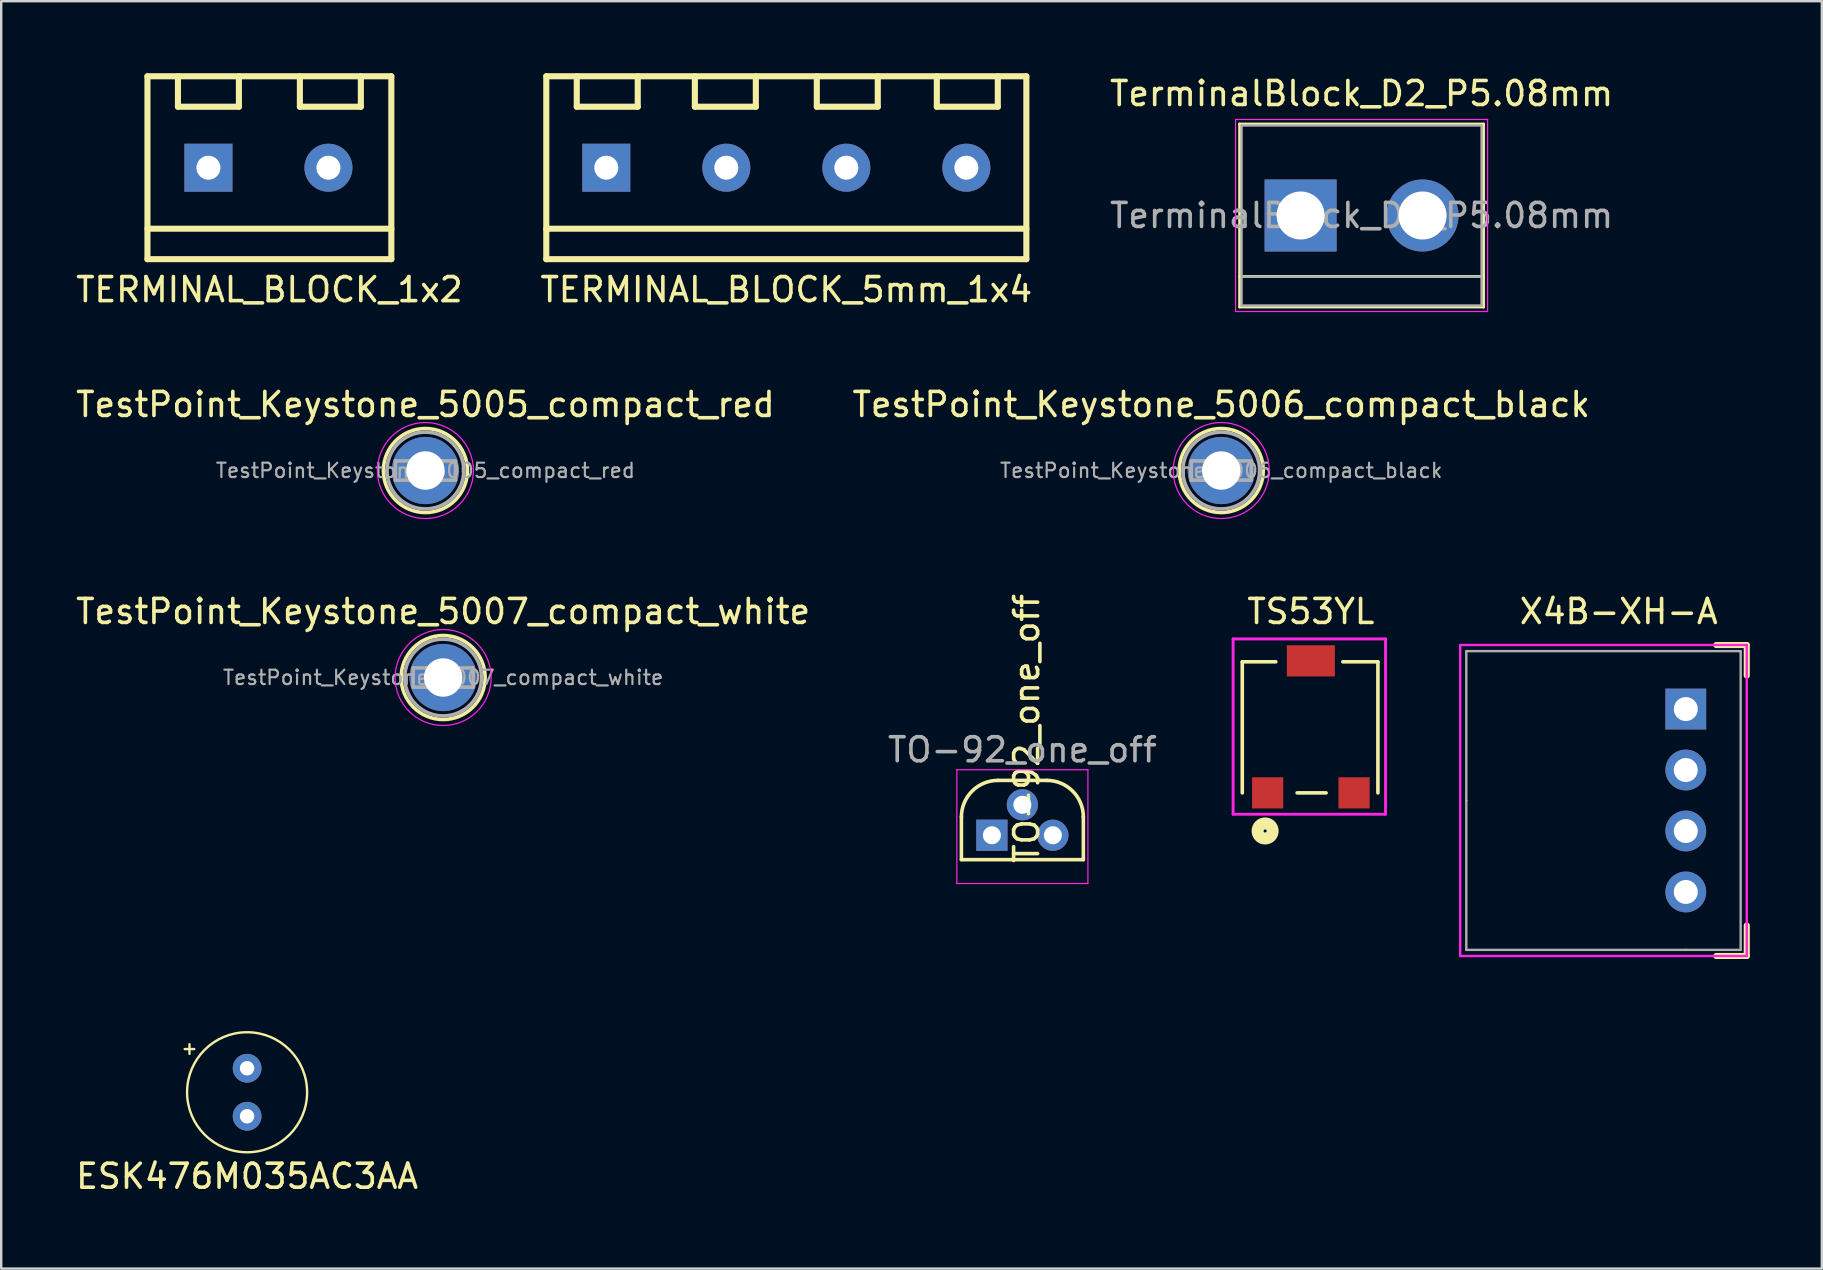
<source format=kicad_pcb>
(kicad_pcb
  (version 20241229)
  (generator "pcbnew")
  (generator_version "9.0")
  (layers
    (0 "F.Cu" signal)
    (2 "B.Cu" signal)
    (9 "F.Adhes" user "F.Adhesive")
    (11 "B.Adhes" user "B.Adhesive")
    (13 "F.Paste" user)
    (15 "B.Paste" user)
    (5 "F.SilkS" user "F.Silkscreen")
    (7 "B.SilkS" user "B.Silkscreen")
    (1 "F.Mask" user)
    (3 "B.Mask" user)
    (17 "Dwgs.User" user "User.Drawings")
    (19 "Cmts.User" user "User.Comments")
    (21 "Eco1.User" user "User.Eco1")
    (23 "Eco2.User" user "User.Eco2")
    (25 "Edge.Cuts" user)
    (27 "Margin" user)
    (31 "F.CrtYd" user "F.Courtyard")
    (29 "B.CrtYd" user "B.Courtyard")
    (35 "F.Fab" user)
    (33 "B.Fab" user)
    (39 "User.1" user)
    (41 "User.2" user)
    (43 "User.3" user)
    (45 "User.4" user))
  (footprint "TO-92_one_off"
    (layer "F.Cu")
    (at 38.272 31.747)
    (property "Reference" "TO-92_one_off" (at 1.45 -4.45 90) (layer "F.SilkS") (effects (font (size 1 1) (thickness 0.15))))
    (attr through_hole)
    (fp_line (start -1.27 -0.762) (end -1.27 1.016) (stroke (width 0.15) (type solid)) (layer "F.SilkS"))
    (fp_line (start -1.27 1.016) (end 3.81 1.016) (stroke (width 0.15) (type solid)) (layer "F.SilkS"))
    (fp_line (start 0.254 -2.286) (end 2.286 -2.286) (stroke (width 0.15) (type solid)) (layer "F.SilkS"))
    (fp_line (start 3.81 1.016) (end 3.81 -0.762) (stroke (width 0.15) (type solid)) (layer "F.SilkS"))
    (fp_arc (start -1.27 -0.762) (mid -0.823631 -1.839631) (end 0.254 -2.286) (stroke (width 0.15) (type solid)) (layer "F.SilkS"))
    (fp_arc (start 2.286 -2.286) (mid 3.363631 -1.839631) (end 3.81 -0.762) (stroke (width 0.15) (type solid)) (layer "F.SilkS"))
    (fp_line (start -1.46 -2.73) (end -1.46 2.01) (stroke (width 0.05) (type solid)) (layer "F.CrtYd"))
    (fp_line (start -1.46 -2.73) (end 4 -2.73) (stroke (width 0.05) (type solid)) (layer "F.CrtYd"))
    (fp_line (start 4 2.01) (end -1.46 2.01) (stroke (width 0.05) (type solid)) (layer "F.CrtYd"))
    (fp_line (start 4 2.01) (end 4 -2.73) (stroke (width 0.05) (type solid)) (layer "F.CrtYd"))
    (fp_text user "${REFERENCE}" (at 1.27 -3.56 0) (layer "F.Fab") (effects (font (size 1 1) (thickness 0.15))))
    (pad "1" thru_hole rect (at 0 0 90) (size 1.3 1.3) (drill 0.75) (layers "*.Cu" "*.Mask"))
    (pad "2" thru_hole circle (at 1.27 -1.27 90) (size 1.3 1.3) (drill 0.75) (layers "*.Cu" "*.Mask"))
    (pad "3" thru_hole circle (at 2.54 0 90) (size 1.3 1.3) (drill 0.75) (layers "*.Cu" "*.Mask")))
  (footprint "TestPoint_Keystone_5006_compact_black"
    (layer "F.Cu")
    (at 47.827 16.552)
    (property "Reference" "TestPoint_Keystone_5006_compact_black" (at 0 -2.75 0) (layer "F.SilkS") (effects (font (size 1 1) (thickness 0.15))))
    (attr through_hole)
    (fp_circle (center 0 0) (end 1.75 0) (stroke (width 0.15) (type solid)) (fill no) (layer "F.SilkS"))
    (fp_circle (center 0 0) (end 2 0) (stroke (width 0.05) (type solid)) (fill no) (layer "F.CrtYd"))
    (fp_line (start -1.25 -0.4) (end 1.25 -0.4) (stroke (width 0.15) (type solid)) (layer "F.Fab"))
    (fp_line (start -1.25 0.4) (end -1.25 -0.4) (stroke (width 0.15) (type solid)) (layer "F.Fab"))
    (fp_line (start 1.25 -0.4) (end 1.25 0.4) (stroke (width 0.15) (type solid)) (layer "F.Fab"))
    (fp_line (start 1.25 0.4) (end -1.25 0.4) (stroke (width 0.15) (type solid)) (layer "F.Fab"))
    (fp_circle (center 0 0) (end 1.6 0) (stroke (width 0.15) (type solid)) (fill no) (layer "F.Fab"))
    (fp_text user "${REFERENCE}" (at 0 0 0) (layer "F.Fab") (effects (font (size 0.6 0.6) (thickness 0.09))))
    (pad "1" thru_hole circle (at 0 0) (size 2.8 2.8) (drill 1.6) (layers "*.Cu" "*.Mask")))
  (footprint "TS53YL"
    (layer "F.Cu")
    (at 51.56 29.981)
    (property "Reference" "TS53YL" (at 0 -7.556 0) (layer "F.SilkS") (effects (font (size 1 1) (thickness 0.15))))
    (attr through_hole)
    (fp_line (start -2.857 -5.461) (end -2.857 0) (stroke (width 0.15) (type solid)) (layer "F.SilkS"))
    (fp_line (start -1.46 -5.461) (end -2.857 -5.461) (stroke (width 0.15) (type solid)) (layer "F.SilkS"))
    (fp_line (start -0.572 0) (end 0.635 0) (stroke (width 0.15) (type solid)) (layer "F.SilkS"))
    (fp_line (start 2.794 -5.461) (end 1.333 -5.461) (stroke (width 0.15) (type solid)) (layer "F.SilkS"))
    (fp_line (start 2.794 0) (end 2.794 -5.461) (stroke (width 0.15) (type solid)) (layer "F.SilkS"))
    (fp_circle (center -1.905 1.587) (end -1.841 1.587) (stroke (width 0.5) (type solid)) (fill no) (layer "F.SilkS"))
    (fp_line (start -3.239 -6.413) (end -3.239 0.889) (stroke (width 0.12) (type solid)) (layer "F.CrtYd"))
    (fp_line (start -3.239 0.889) (end 3.111 0.889) (stroke (width 0.12) (type solid)) (layer "F.CrtYd"))
    (fp_line (start 3.111 -6.413) (end -3.239 -6.413) (stroke (width 0.12) (type solid)) (layer "F.CrtYd"))
    (fp_line (start 3.111 0.889) (end 3.111 -6.413) (stroke (width 0.12) (type solid)) (layer "F.CrtYd"))
    (pad "1" smd rect (at -1.8 0) (size 1.3 1.3) (layers "F.Cu" "F.Mask" "F.Paste"))
    (pad "2" smd rect (at 0 -5.5) (size 2 1.3) (layers "F.Cu" "F.Mask" "F.Paste"))
    (pad "3" smd rect (at 1.8 0) (size 1.3 1.3) (layers "F.Cu" "F.Mask" "F.Paste")))
  (footprint "TERMINAL_BLOCK_5mm_1x4"
    (layer "F.Cu")
    (at 29.708 3.937)
    (property "Reference" "TERMINAL_BLOCK_5mm_1x4" (at 0 5.08 0) (layer "F.SilkS") (effects (font (size 1 1) (thickness 0.15))))
    (attr through_hole)
    (fp_line (start -10 -3.81) (end -10 3.81) (stroke (width 0.254) (type solid)) (layer "F.SilkS"))
    (fp_line (start -10 2.54) (end 10 2.54) (stroke (width 0.254) (type solid)) (layer "F.SilkS"))
    (fp_line (start -10 3.81) (end 10 3.81) (stroke (width 0.254) (type solid)) (layer "F.SilkS"))
    (fp_line (start -8.73 -3.81) (end -8.73 -2.54) (stroke (width 0.254) (type solid)) (layer "F.SilkS"))
    (fp_line (start -8.73 -2.54) (end -6.19 -2.54) (stroke (width 0.254) (type solid)) (layer "F.SilkS"))
    (fp_line (start -6.19 -2.54) (end -6.19 -3.81) (stroke (width 0.254) (type solid)) (layer "F.SilkS"))
    (fp_line (start -3.81 -3.81) (end -3.81 -2.54) (stroke (width 0.254) (type solid)) (layer "F.SilkS"))
    (fp_line (start -3.81 -2.54) (end -1.27 -2.54) (stroke (width 0.254) (type solid)) (layer "F.SilkS"))
    (fp_line (start -1.27 -2.54) (end -1.27 -3.81) (stroke (width 0.254) (type solid)) (layer "F.SilkS"))
    (fp_line (start 1.27 -3.81) (end 1.27 -2.54) (stroke (width 0.254) (type solid)) (layer "F.SilkS"))
    (fp_line (start 1.27 -2.54) (end 3.81 -2.54) (stroke (width 0.254) (type solid)) (layer "F.SilkS"))
    (fp_line (start 3.81 -2.54) (end 3.81 -3.81) (stroke (width 0.254) (type solid)) (layer "F.SilkS"))
    (fp_line (start 6.27 -3.81) (end 6.27 -2.54) (stroke (width 0.254) (type solid)) (layer "F.SilkS"))
    (fp_line (start 6.27 -2.54) (end 8.81 -2.54) (stroke (width 0.254) (type solid)) (layer "F.SilkS"))
    (fp_line (start 8.81 -2.54) (end 8.81 -3.81) (stroke (width 0.254) (type solid)) (layer "F.SilkS"))
    (fp_line (start 10 -3.81) (end -10 -3.81) (stroke (width 0.254) (type solid)) (layer "F.SilkS"))
    (fp_line (start 10 3.81) (end 10 -3.81) (stroke (width 0.254) (type solid)) (layer "F.SilkS"))
    (pad "1" thru_hole rect (at -7.5 0) (size 2 2) (drill 1) (layers "*.Cu" "*.Mask"))
    (pad "2" thru_hole circle (at -2.5 0) (size 2 2) (drill 1) (layers "*.Cu" "*.Mask"))
    (pad "3" thru_hole circle (at 2.5 0) (size 2 2) (drill 1) (layers "*.Cu" "*.Mask"))
    (pad "4" thru_hole circle (at 7.5 0) (size 2 2) (drill 1) (layers "*.Cu" "*.Mask")))
  (footprint "TestPoint_Keystone_5005_compact_red"
    (layer "F.Cu")
    (at 14.673 16.552)
    (property "Reference" "TestPoint_Keystone_5005_compact_red" (at 0 -2.75 0) (layer "F.SilkS") (effects (font (size 1 1) (thickness 0.15))))
    (attr through_hole)
    (fp_circle (center 0 0) (end 1.75 0) (stroke (width 0.15) (type solid)) (fill no) (layer "F.SilkS"))
    (fp_circle (center 0 0) (end 2 0) (stroke (width 0.05) (type solid)) (fill no) (layer "F.CrtYd"))
    (fp_line (start -1.25 -0.4) (end 1.25 -0.4) (stroke (width 0.15) (type solid)) (layer "F.Fab"))
    (fp_line (start -1.25 0.4) (end -1.25 -0.4) (stroke (width 0.15) (type solid)) (layer "F.Fab"))
    (fp_line (start 1.25 -0.4) (end 1.25 0.4) (stroke (width 0.15) (type solid)) (layer "F.Fab"))
    (fp_line (start 1.25 0.4) (end -1.25 0.4) (stroke (width 0.15) (type solid)) (layer "F.Fab"))
    (fp_circle (center 0 0) (end 1.6 0) (stroke (width 0.15) (type solid)) (fill no) (layer "F.Fab"))
    (fp_text user "${REFERENCE}" (at 0 0 0) (layer "F.Fab") (effects (font (size 0.6 0.6) (thickness 0.09))))
    (pad "1" thru_hole circle (at 0 0) (size 2.8 2.8) (drill 1.6) (layers "*.Cu" "*.Mask")))
  (footprint "TestPoint_Keystone_5007_compact_white"
    (layer "F.Cu")
    (at 15.411 25.175)
    (property "Reference" "TestPoint_Keystone_5007_compact_white" (at 0 -2.75 0) (layer "F.SilkS") (effects (font (size 1 1) (thickness 0.15))))
    (attr through_hole)
    (fp_circle (center 0 0) (end 1.75 0) (stroke (width 0.15) (type solid)) (fill no) (layer "F.SilkS"))
    (fp_circle (center 0 0) (end 2 0) (stroke (width 0.05) (type solid)) (fill no) (layer "F.CrtYd"))
    (fp_line (start -1.25 -0.4) (end 1.25 -0.4) (stroke (width 0.15) (type solid)) (layer "F.Fab"))
    (fp_line (start -1.25 0.4) (end -1.25 -0.4) (stroke (width 0.15) (type solid)) (layer "F.Fab"))
    (fp_line (start 1.25 -0.4) (end 1.25 0.4) (stroke (width 0.15) (type solid)) (layer "F.Fab"))
    (fp_line (start 1.25 0.4) (end -1.25 0.4) (stroke (width 0.15) (type solid)) (layer "F.Fab"))
    (fp_circle (center 0 0) (end 1.6 0) (stroke (width 0.15) (type solid)) (fill no) (layer "F.Fab"))
    (fp_text user "${REFERENCE}" (at 0 0 0) (layer "F.Fab") (effects (font (size 0.6 0.6) (thickness 0.09))))
    (pad "1" thru_hole circle (at 0 0) (size 2.8 2.8) (drill 1.6) (layers "*.Cu" "*.Mask")))
  (footprint "X4B-XH-A"
    (layer "F.Cu")
    (at 67.18 30.299)
    (property "Reference" "X4B-XH-A" (at -2.794 -7.874 0) (layer "F.SilkS") (effects (font (size 1 1) (thickness 0.15))))
    (attr through_hole)
    (fp_line (start 1.27 -6.477) (end 2.54 -6.477) (stroke (width 0.254) (type solid)) (layer "F.SilkS"))
    (fp_line (start 2.54 -6.477) (end 2.54 -5.207) (stroke (width 0.254) (type solid)) (layer "F.SilkS"))
    (fp_line (start 2.54 5.207) (end 2.54 6.477) (stroke (width 0.254) (type solid)) (layer "F.SilkS"))
    (fp_line (start 2.54 6.477) (end 1.27 6.477) (stroke (width 0.254) (type solid)) (layer "F.SilkS"))
    (fp_line (start -9.398 -6.477) (end 2.54 -6.477) (stroke (width 0.1) (type solid)) (layer "F.CrtYd"))
    (fp_line (start -9.398 6.477) (end -9.398 -6.477) (stroke (width 0.1) (type solid)) (layer "F.CrtYd"))
    (fp_line (start 2.54 -6.477) (end 2.54 6.477) (stroke (width 0.1) (type solid)) (layer "F.CrtYd"))
    (fp_line (start 2.54 6.477) (end -9.398 6.477) (stroke (width 0.1) (type solid)) (layer "F.CrtYd"))
    (fp_line (start -9.144 -6.223) (end 2.286 -6.223) (stroke (width 0.1) (type solid)) (layer "F.Fab"))
    (fp_line (start -9.144 0) (end -9.144 -6.223) (stroke (width 0.1) (type solid)) (layer "F.Fab"))
    (fp_line (start -9.144 6.223) (end -9.144 0) (stroke (width 0.1) (type solid)) (layer "F.Fab"))
    (fp_line (start 0 6.223) (end -9.144 6.223) (stroke (width 0.1) (type solid)) (layer "F.Fab"))
    (fp_line (start 2.286 -6.223) (end 2.286 6.223) (stroke (width 0.1) (type solid)) (layer "F.Fab"))
    (fp_line (start 2.286 6.223) (end 0 6.223) (stroke (width 0.1) (type solid)) (layer "F.Fab"))
    (pad "1" thru_hole rect (at 0 -3.81) (size 1.7 1.7) (drill 1) (layers "*.Cu" "*.Mask"))
    (pad "2" thru_hole circle (at 0 -1.27) (size 1.7 1.7) (drill 1) (layers "*.Cu" "*.Mask"))
    (pad "3" thru_hole circle (at 0 1.27) (size 1.7 1.7) (drill 1) (layers "*.Cu" "*.Mask"))
    (pad "4" thru_hole circle (at 0 3.81) (size 1.7 1.7) (drill 1) (layers "*.Cu" "*.Mask")))
  (footprint "TerminalBlock_D2_P5.08mm"
    (layer "F.Cu")
    (at 51.133 5.928)
    (property "Reference" "TerminalBlock_D2_P5.08mm" (at 2.54 -5.08 0) (layer "F.SilkS") (effects (font (size 1 1) (thickness 0.15))))
    (attr through_hole)
    (fp_line (start -2.54 -3.81) (end -2.54 3.81) (stroke (width 0.12) (type solid)) (layer "F.SilkS"))
    (fp_line (start -2.54 3.81) (end 7.62 3.81) (stroke (width 0.12) (type solid)) (layer "F.SilkS"))
    (fp_line (start 7.62 -3.81) (end -2.54 -3.81) (stroke (width 0.12) (type solid)) (layer "F.SilkS"))
    (fp_line (start 7.62 2.54) (end -2.54 2.54) (stroke (width 0.12) (type solid)) (layer "F.SilkS"))
    (fp_line (start 7.62 3.81) (end 7.62 -3.81) (stroke (width 0.12) (type solid)) (layer "F.SilkS"))
    (fp_line (start -2.71 -4) (end -2.71 4) (stroke (width 0.05) (type solid)) (layer "F.CrtYd"))
    (fp_line (start -2.71 -4) (end 7.79 -4) (stroke (width 0.05) (type solid)) (layer "F.CrtYd"))
    (fp_line (start 7.79 4) (end -2.71 4) (stroke (width 0.05) (type solid)) (layer "F.CrtYd"))
    (fp_line (start 7.79 4) (end 7.79 -4) (stroke (width 0.05) (type solid)) (layer "F.CrtYd"))
    (fp_line (start -2.46 -3.75) (end -2.46 3.75) (stroke (width 0.1) (type solid)) (layer "F.Fab"))
    (fp_line (start -2.46 3.75) (end 7.54 3.75) (stroke (width 0.1) (type solid)) (layer "F.Fab"))
    (fp_line (start -2.41 2.55) (end 7.49 2.55) (stroke (width 0.1) (type solid)) (layer "F.Fab"))
    (fp_line (start 7.54 -3.75) (end -2.46 -3.75) (stroke (width 0.1) (type solid)) (layer "F.Fab"))
    (fp_line (start 7.54 3.75) (end 7.54 -3.75) (stroke (width 0.1) (type solid)) (layer "F.Fab"))
    (fp_text user "${REFERENCE}" (at 2.54 0 0) (layer "F.Fab") (effects (font (size 1 1) (thickness 0.15))))
    (pad "1" thru_hole rect (at 0 0) (size 3 3) (drill 2) (layers "*.Cu" "*.Mask"))
    (pad "2" thru_hole circle (at 5.08 0) (size 3 3) (drill 2) (layers "*.Cu" "*.Mask")))
  (footprint "TERMINAL_BLOCK_1x2"
    (layer "F.Cu")
    (at 8.173 3.937)
    (property "Reference" "TERMINAL_BLOCK_1x2" (at 0 5.08 0) (layer "F.SilkS") (effects (font (size 1 1) (thickness 0.15))))
    (attr through_hole)
    (fp_line (start -5.08 -3.81) (end -5.08 3.81) (stroke (width 0.254) (type solid)) (layer "F.SilkS"))
    (fp_line (start -5.08 2.54) (end 5.08 2.54) (stroke (width 0.254) (type solid)) (layer "F.SilkS"))
    (fp_line (start -5.08 3.81) (end 5.08 3.81) (stroke (width 0.254) (type solid)) (layer "F.SilkS"))
    (fp_line (start -3.81 -3.81) (end -3.81 -2.54) (stroke (width 0.254) (type solid)) (layer "F.SilkS"))
    (fp_line (start -3.81 -2.54) (end -1.27 -2.54) (stroke (width 0.254) (type solid)) (layer "F.SilkS"))
    (fp_line (start -1.27 -2.54) (end -1.27 -3.81) (stroke (width 0.254) (type solid)) (layer "F.SilkS"))
    (fp_line (start 1.27 -3.81) (end 1.27 -2.54) (stroke (width 0.254) (type solid)) (layer "F.SilkS"))
    (fp_line (start 1.27 -2.54) (end 3.81 -2.54) (stroke (width 0.254) (type solid)) (layer "F.SilkS"))
    (fp_line (start 3.81 -2.54) (end 3.81 -3.81) (stroke (width 0.254) (type solid)) (layer "F.SilkS"))
    (fp_line (start 5.08 -3.81) (end -5.08 -3.81) (stroke (width 0.254) (type solid)) (layer "F.SilkS"))
    (fp_line (start 5.08 3.81) (end 5.08 -3.81) (stroke (width 0.254) (type solid)) (layer "F.SilkS"))
    (pad "1" thru_hole rect (at -2.54 0) (size 2 2) (drill 1) (layers "*.Cu" "*.Mask"))
    (pad "2" thru_hole circle (at 2.46 0) (size 2 2) (drill 1) (layers "*.Cu" "*.Mask")))
  (footprint "‎ESK476M035AC3AA‎"
    (layer "F.Cu")
    (at 7.244 42.453)
    (property "Reference" "‎ESK476M035AC3AA‎" (at 0 3.5 0) (layer "F.SilkS") (effects (font (size 1 1) (thickness 0.15))))
    (attr through_hole)
    (fp_line (start -2.6 -1.8) (end -2.2 -1.8) (stroke (width 0.1) (type solid)) (layer "F.SilkS"))
    (fp_line (start -2.4 -2) (end -2.4 -1.6) (stroke (width 0.1) (type solid)) (layer "F.SilkS"))
    (fp_circle (center 0 0) (end 0 -2.5) (stroke (width 0.1) (type solid)) (fill no) (layer "F.SilkS"))
    (pad "1" thru_hole circle (at 0 -1) (size 1.2 1.2) (drill 0.6) (layers "*.Cu" "*.Mask"))
    (pad "2" thru_hole circle (at 0 1) (size 1.2 1.2) (drill 0.6) (layers "*.Cu" "*.Mask")))
  (gr_rect
    (start -3 -3)
    (end 72.847 49.801)
    (stroke (width 0.1) (type default))
    (fill no)
    (layer "Edge.Cuts")))
</source>
